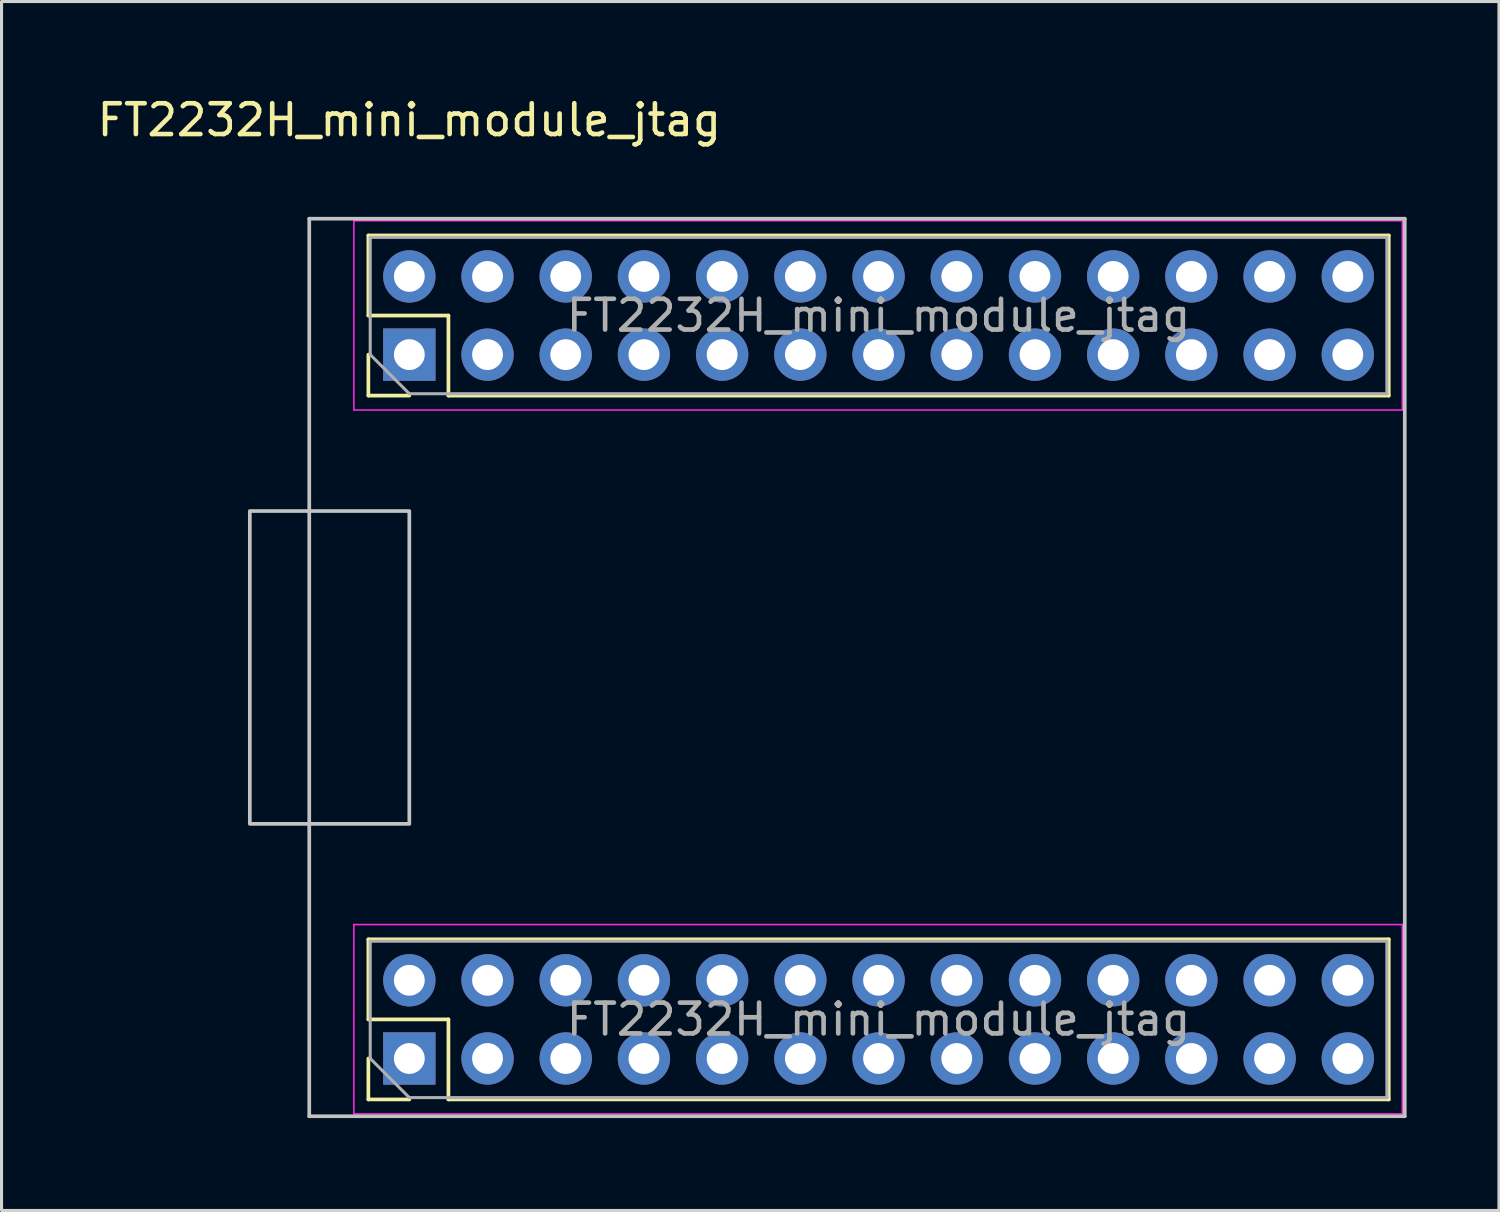
<source format=kicad_pcb>
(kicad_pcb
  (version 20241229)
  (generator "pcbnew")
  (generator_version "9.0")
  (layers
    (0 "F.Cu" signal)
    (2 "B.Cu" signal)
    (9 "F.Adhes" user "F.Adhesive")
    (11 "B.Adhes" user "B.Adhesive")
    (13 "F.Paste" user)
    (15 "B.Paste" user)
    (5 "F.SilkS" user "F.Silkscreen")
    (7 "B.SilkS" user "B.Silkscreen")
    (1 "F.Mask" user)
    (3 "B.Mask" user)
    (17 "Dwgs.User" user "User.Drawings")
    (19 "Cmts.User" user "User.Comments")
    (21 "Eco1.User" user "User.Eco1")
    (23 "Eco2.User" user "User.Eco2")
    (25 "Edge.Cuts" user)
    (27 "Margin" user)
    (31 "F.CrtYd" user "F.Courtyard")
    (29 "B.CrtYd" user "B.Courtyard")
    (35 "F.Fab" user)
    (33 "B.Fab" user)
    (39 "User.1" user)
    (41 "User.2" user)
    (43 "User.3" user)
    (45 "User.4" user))
  (footprint "FT2232H_mini_module_jtag"
    (layer "F.Cu")
    (at 10.244 18.628)
    (property "Reference" "FT2232H_mini_module_jtag" (at 0 -17.78 0) (unlocked yes) (layer "F.SilkS") (effects (font (size 1 1) (thickness 0.15))))
    (attr smd)
    (fp_line (start -1.33 -14.03) (end 31.81 -14.03) (stroke (width 0.12) (type solid)) (layer "F.SilkS"))
    (fp_line (start -1.33 -11.43) (end -1.33 -14.03) (stroke (width 0.12) (type solid)) (layer "F.SilkS"))
    (fp_line (start -1.33 -8.83) (end -1.33 -10.16) (stroke (width 0.12) (type solid)) (layer "F.SilkS"))
    (fp_line (start -1.33 8.83) (end 31.81 8.83) (stroke (width 0.12) (type solid)) (layer "F.SilkS"))
    (fp_line (start -1.33 11.43) (end -1.33 8.83) (stroke (width 0.12) (type solid)) (layer "F.SilkS"))
    (fp_line (start -1.33 14.03) (end -1.33 12.7) (stroke (width 0.12) (type solid)) (layer "F.SilkS"))
    (fp_line (start 0 -8.83) (end -1.33 -8.83) (stroke (width 0.12) (type solid)) (layer "F.SilkS"))
    (fp_line (start 0 14.03) (end -1.33 14.03) (stroke (width 0.12) (type solid)) (layer "F.SilkS"))
    (fp_line (start 1.27 -11.43) (end -1.33 -11.43) (stroke (width 0.12) (type solid)) (layer "F.SilkS"))
    (fp_line (start 1.27 -8.83) (end 1.27 -11.43) (stroke (width 0.12) (type solid)) (layer "F.SilkS"))
    (fp_line (start 1.27 -8.83) (end 31.81 -8.83) (stroke (width 0.12) (type solid)) (layer "F.SilkS"))
    (fp_line (start 1.27 11.43) (end -1.33 11.43) (stroke (width 0.12) (type solid)) (layer "F.SilkS"))
    (fp_line (start 1.27 14.03) (end 1.27 11.43) (stroke (width 0.12) (type solid)) (layer "F.SilkS"))
    (fp_line (start 1.27 14.03) (end 31.81 14.03) (stroke (width 0.12) (type solid)) (layer "F.SilkS"))
    (fp_line (start 31.81 -8.83) (end 31.81 -14.03) (stroke (width 0.12) (type solid)) (layer "F.SilkS"))
    (fp_line (start 31.81 14.03) (end 31.81 8.83) (stroke (width 0.12) (type solid)) (layer "F.SilkS"))
    (fp_line (start -3.25 -14.575) (end 32.33 -14.575) (stroke (width 0.12) (type default)) (layer "Dwgs.User"))
    (fp_line (start -3.25 14.575) (end -3.25 -14.575) (stroke (width 0.12) (type default)) (layer "Dwgs.User"))
    (fp_line (start 32.33 -14.575) (end 32.33 14.575) (stroke (width 0.12) (type default)) (layer "Dwgs.User"))
    (fp_line (start 32.33 14.575) (end -3.25 14.575) (stroke (width 0.12) (type default)) (layer "Dwgs.User"))
    (fp_rect (start -5.18 -5.08) (end 0 5.08) (stroke (width 0.12) (type default)) (fill no) (layer "Dwgs.User"))
    (fp_line (start -1.8 -14.51) (end -1.8 -8.36) (stroke (width 0.05) (type solid)) (layer "F.CrtYd"))
    (fp_line (start -1.8 -8.36) (end 32.25 -8.36) (stroke (width 0.05) (type solid)) (layer "F.CrtYd"))
    (fp_line (start -1.8 8.35) (end -1.8 14.5) (stroke (width 0.05) (type solid)) (layer "F.CrtYd"))
    (fp_line (start -1.8 14.5) (end 32.25 14.5) (stroke (width 0.05) (type solid)) (layer "F.CrtYd"))
    (fp_line (start 32.25 -14.51) (end -1.8 -14.51) (stroke (width 0.05) (type solid)) (layer "F.CrtYd"))
    (fp_line (start 32.25 -8.36) (end 32.25 -14.51) (stroke (width 0.05) (type solid)) (layer "F.CrtYd"))
    (fp_line (start 32.25 8.35) (end -1.8 8.35) (stroke (width 0.05) (type solid)) (layer "F.CrtYd"))
    (fp_line (start 32.25 14.5) (end 32.25 8.35) (stroke (width 0.05) (type solid)) (layer "F.CrtYd"))
    (fp_line (start -1.27 -13.97) (end 31.75 -13.97) (stroke (width 0.1) (type solid)) (layer "F.Fab"))
    (fp_line (start -1.27 -10.16) (end -1.27 -13.97) (stroke (width 0.1) (type solid)) (layer "F.Fab"))
    (fp_line (start -1.27 8.89) (end 31.75 8.89) (stroke (width 0.1) (type solid)) (layer "F.Fab"))
    (fp_line (start -1.27 12.7) (end -1.27 8.89) (stroke (width 0.1) (type solid)) (layer "F.Fab"))
    (fp_line (start 0 -8.89) (end -1.27 -10.16) (stroke (width 0.1) (type solid)) (layer "F.Fab"))
    (fp_line (start 0 13.97) (end -1.27 12.7) (stroke (width 0.1) (type solid)) (layer "F.Fab"))
    (fp_line (start 31.75 -13.97) (end 31.75 -8.89) (stroke (width 0.1) (type solid)) (layer "F.Fab"))
    (fp_line (start 31.75 -8.89) (end 0 -8.89) (stroke (width 0.1) (type solid)) (layer "F.Fab"))
    (fp_line (start 31.75 8.89) (end 31.75 13.97) (stroke (width 0.1) (type solid)) (layer "F.Fab"))
    (fp_line (start 31.75 13.97) (end 0 13.97) (stroke (width 0.1) (type solid)) (layer "F.Fab"))
    (fp_text user "${REFERENCE}" (at 15.24 -11.43 180) (layer "F.Fab") (effects (font (size 1 1) (thickness 0.15))))
    (fp_text user "${REFERENCE}" (at 15.24 11.43 180) (layer "F.Fab") (effects (font (size 1 1) (thickness 0.15))))
    (pad "1" thru_hole rect (at 0 12.7 90) (size 1.7 1.7) (drill 1) (layers "*.Cu" "*.Mask"))
    (pad "2" thru_hole oval (at 0 10.16 90) (size 1.7 1.7) (drill 1) (layers "*.Cu" "*.Mask"))
    (pad "3" thru_hole oval (at 2.54 12.7 90) (size 1.7 1.7) (drill 1) (layers "*.Cu" "*.Mask"))
    (pad "4" thru_hole oval (at 2.54 10.16 90) (size 1.7 1.7) (drill 1) (layers "*.Cu" "*.Mask"))
    (pad "5" thru_hole oval (at 5.08 12.7 90) (size 1.7 1.7) (drill 1) (layers "*.Cu" "*.Mask"))
    (pad "6" thru_hole oval (at 5.08 10.16 90) (size 1.7 1.7) (drill 1) (layers "*.Cu" "*.Mask"))
    (pad "7" thru_hole oval (at 7.62 12.7 90) (size 1.7 1.7) (drill 1) (layers "*.Cu" "*.Mask"))
    (pad "8" thru_hole oval (at 7.62 10.16 90) (size 1.7 1.7) (drill 1) (layers "*.Cu" "*.Mask"))
    (pad "9" thru_hole oval (at 10.16 12.7 90) (size 1.7 1.7) (drill 1) (layers "*.Cu" "*.Mask"))
    (pad "10" thru_hole oval (at 10.16 10.16 90) (size 1.7 1.7) (drill 1) (layers "*.Cu" "*.Mask"))
    (pad "11" thru_hole oval (at 12.7 12.7 90) (size 1.7 1.7) (drill 1) (layers "*.Cu" "*.Mask"))
    (pad "12" thru_hole oval (at 12.7 10.16 90) (size 1.7 1.7) (drill 1) (layers "*.Cu" "*.Mask"))
    (pad "13" thru_hole oval (at 15.24 12.7 90) (size 1.7 1.7) (drill 1) (layers "*.Cu" "*.Mask"))
    (pad "14" thru_hole oval (at 15.24 10.16 90) (size 1.7 1.7) (drill 1) (layers "*.Cu" "*.Mask"))
    (pad "15" thru_hole oval (at 17.78 12.7 90) (size 1.7 1.7) (drill 1) (layers "*.Cu" "*.Mask"))
    (pad "16" thru_hole oval (at 17.78 10.16 90) (size 1.7 1.7) (drill 1) (layers "*.Cu" "*.Mask"))
    (pad "17" thru_hole oval (at 20.32 12.7 90) (size 1.7 1.7) (drill 1) (layers "*.Cu" "*.Mask"))
    (pad "18" thru_hole oval (at 20.32 10.16 90) (size 1.7 1.7) (drill 1) (layers "*.Cu" "*.Mask"))
    (pad "19" thru_hole oval (at 22.86 12.7 90) (size 1.7 1.7) (drill 1) (layers "*.Cu" "*.Mask"))
    (pad "20" thru_hole oval (at 22.86 10.16 90) (size 1.7 1.7) (drill 1) (layers "*.Cu" "*.Mask"))
    (pad "21" thru_hole oval (at 25.4 12.7 90) (size 1.7 1.7) (drill 1) (layers "*.Cu" "*.Mask"))
    (pad "22" thru_hole oval (at 25.4 10.16 90) (size 1.7 1.7) (drill 1) (layers "*.Cu" "*.Mask"))
    (pad "23" thru_hole oval (at 27.94 12.7 90) (size 1.7 1.7) (drill 1) (layers "*.Cu" "*.Mask"))
    (pad "24" thru_hole oval (at 27.94 10.16 90) (size 1.7 1.7) (drill 1) (layers "*.Cu" "*.Mask"))
    (pad "25" thru_hole oval (at 30.48 12.7 90) (size 1.7 1.7) (drill 1) (layers "*.Cu" "*.Mask"))
    (pad "26" thru_hole oval (at 30.48 10.16 90) (size 1.7 1.7) (drill 1) (layers "*.Cu" "*.Mask"))
    (pad "27" thru_hole rect (at 0 -10.16 90) (size 1.7 1.7) (drill 1) (layers "*.Cu" "*.Mask"))
    (pad "28" thru_hole oval (at 0 -12.7 90) (size 1.7 1.7) (drill 1) (layers "*.Cu" "*.Mask"))
    (pad "29" thru_hole oval (at 2.54 -10.16 90) (size 1.7 1.7) (drill 1) (layers "*.Cu" "*.Mask"))
    (pad "30" thru_hole oval (at 2.54 -12.7 90) (size 1.7 1.7) (drill 1) (layers "*.Cu" "*.Mask"))
    (pad "31" thru_hole oval (at 5.08 -10.16 90) (size 1.7 1.7) (drill 1) (layers "*.Cu" "*.Mask"))
    (pad "32" thru_hole oval (at 5.08 -12.7 90) (size 1.7 1.7) (drill 1) (layers "*.Cu" "*.Mask"))
    (pad "33" thru_hole oval (at 7.62 -10.16 90) (size 1.7 1.7) (drill 1) (layers "*.Cu" "*.Mask"))
    (pad "34" thru_hole oval (at 7.62 -12.7 90) (size 1.7 1.7) (drill 1) (layers "*.Cu" "*.Mask"))
    (pad "35" thru_hole oval (at 10.16 -10.16 90) (size 1.7 1.7) (drill 1) (layers "*.Cu" "*.Mask"))
    (pad "36" thru_hole oval (at 10.16 -12.7 90) (size 1.7 1.7) (drill 1) (layers "*.Cu" "*.Mask"))
    (pad "37" thru_hole oval (at 12.7 -10.16 90) (size 1.7 1.7) (drill 1) (layers "*.Cu" "*.Mask"))
    (pad "38" thru_hole oval (at 12.7 -12.7 90) (size 1.7 1.7) (drill 1) (layers "*.Cu" "*.Mask"))
    (pad "39" thru_hole oval (at 15.24 -10.16 90) (size 1.7 1.7) (drill 1) (layers "*.Cu" "*.Mask"))
    (pad "40" thru_hole oval (at 15.24 -12.7 90) (size 1.7 1.7) (drill 1) (layers "*.Cu" "*.Mask"))
    (pad "41" thru_hole oval (at 17.78 -10.16 90) (size 1.7 1.7) (drill 1) (layers "*.Cu" "*.Mask"))
    (pad "42" thru_hole oval (at 17.78 -12.7 90) (size 1.7 1.7) (drill 1) (layers "*.Cu" "*.Mask"))
    (pad "43" thru_hole oval (at 20.32 -10.16 90) (size 1.7 1.7) (drill 1) (layers "*.Cu" "*.Mask"))
    (pad "44" thru_hole oval (at 20.32 -12.7 90) (size 1.7 1.7) (drill 1) (layers "*.Cu" "*.Mask"))
    (pad "45" thru_hole oval (at 22.86 -10.16 90) (size 1.7 1.7) (drill 1) (layers "*.Cu" "*.Mask"))
    (pad "46" thru_hole oval (at 22.86 -12.7 90) (size 1.7 1.7) (drill 1) (layers "*.Cu" "*.Mask"))
    (pad "47" thru_hole oval (at 25.4 -10.16 90) (size 1.7 1.7) (drill 1) (layers "*.Cu" "*.Mask"))
    (pad "48" thru_hole oval (at 25.4 -12.7 90) (size 1.7 1.7) (drill 1) (layers "*.Cu" "*.Mask"))
    (pad "49" thru_hole oval (at 27.94 -10.16 90) (size 1.7 1.7) (drill 1) (layers "*.Cu" "*.Mask"))
    (pad "50" thru_hole oval (at 27.94 -12.7 90) (size 1.7 1.7) (drill 1) (layers "*.Cu" "*.Mask"))
    (pad "51" thru_hole oval (at 30.48 -10.16 90) (size 1.7 1.7) (drill 1) (layers "*.Cu" "*.Mask"))
    (pad "52" thru_hole oval (at 30.48 -12.7 90) (size 1.7 1.7) (drill 1) (layers "*.Cu" "*.Mask")))
  (gr_rect
    (start -3 -3)
    (end 45.634 36.263)
    (stroke (width 0.1) (type default))
    (fill no)
    (layer "Edge.Cuts")))
</source>
